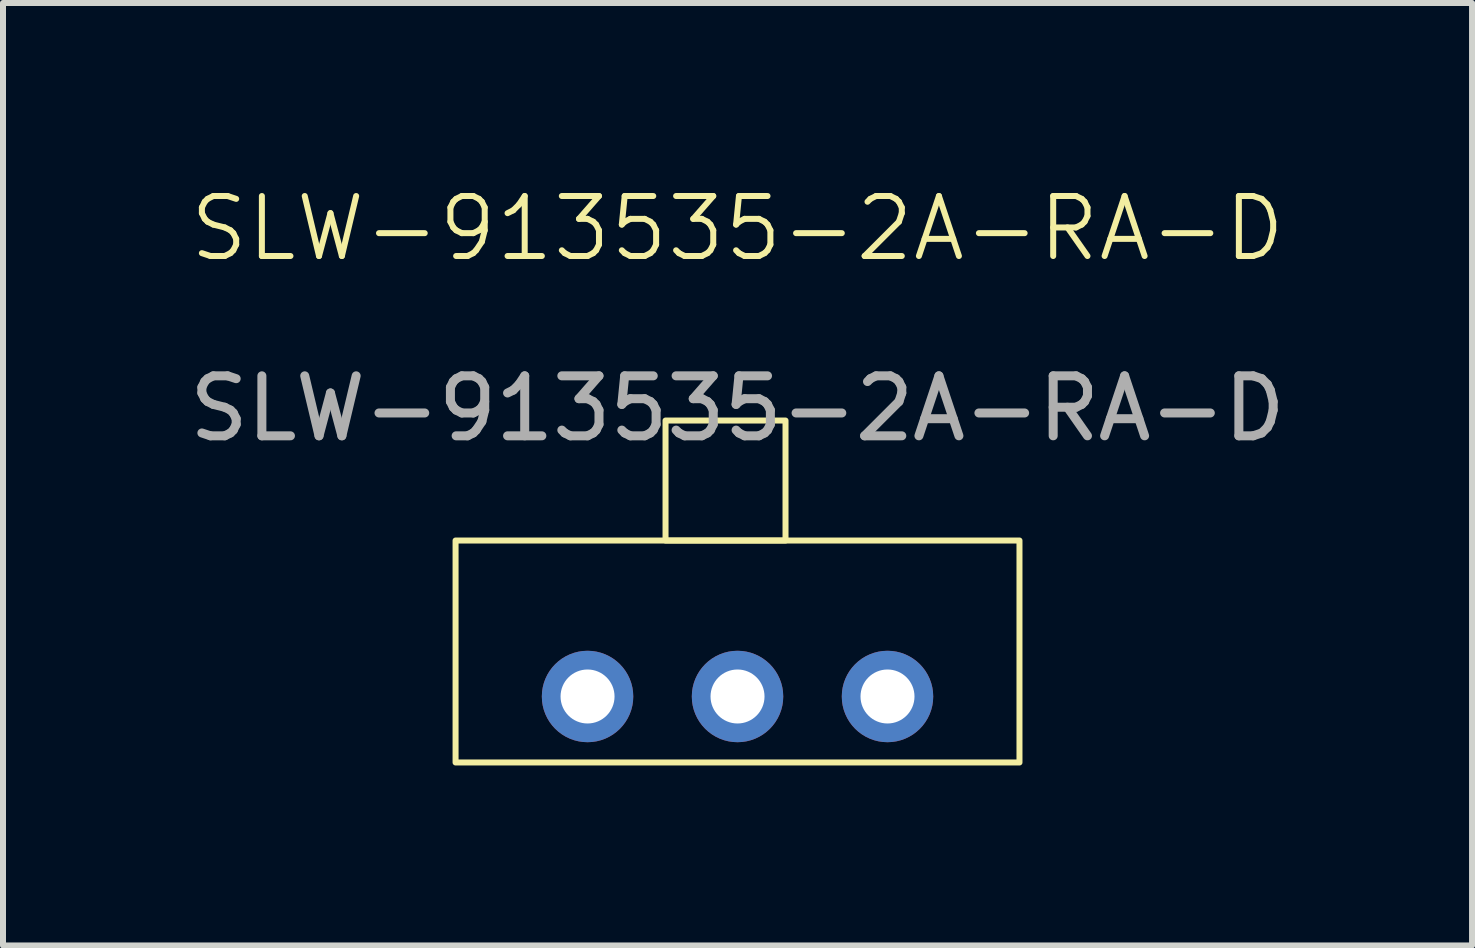
<source format=kicad_pcb>
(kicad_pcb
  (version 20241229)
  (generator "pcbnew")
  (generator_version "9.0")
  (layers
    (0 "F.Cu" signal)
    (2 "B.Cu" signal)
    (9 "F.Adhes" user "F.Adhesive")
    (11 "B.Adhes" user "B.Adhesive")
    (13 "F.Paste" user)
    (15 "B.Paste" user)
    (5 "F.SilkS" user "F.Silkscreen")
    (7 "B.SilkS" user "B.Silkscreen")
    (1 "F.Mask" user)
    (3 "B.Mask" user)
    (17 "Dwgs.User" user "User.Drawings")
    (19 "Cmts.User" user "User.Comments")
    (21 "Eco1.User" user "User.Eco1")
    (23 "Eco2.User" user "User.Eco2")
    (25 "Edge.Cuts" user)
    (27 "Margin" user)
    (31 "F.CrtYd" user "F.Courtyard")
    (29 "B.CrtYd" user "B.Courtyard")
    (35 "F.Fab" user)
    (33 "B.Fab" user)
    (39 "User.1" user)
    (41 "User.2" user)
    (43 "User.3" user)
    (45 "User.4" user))
  (footprint "SLW-913535-2A-RA-D"
    (layer "F.Cu")
    (at 9.244 8.56)
    (property "Reference" "SLW-913535-2A-RA-D" (at 0 -7.8 0) (unlocked yes) (layer "F.SilkS") (effects (font (size 1 1) (thickness 0.1))))
    (attr through_hole)
    (fp_rect (start -4.7 -2.6) (end 4.7 1.1) (stroke (width 0.1) (type default)) (fill no) (layer "F.SilkS"))
    (fp_rect (start -1.2 -4.6) (end 0.8 -2.6) (stroke (width 0.1) (type default)) (fill no) (layer "F.SilkS"))
    (fp_text user "${REFERENCE}" (at 0 -4.8 0) (unlocked yes) (layer "F.Fab") (effects (font (size 1 1) (thickness 0.15))))
    (pad "1" thru_hole circle (at -2.5 0) (size 1.524 1.524) (drill 0.9) (layers "*.Cu" "*.Mask"))
    (pad "2" thru_hole circle (at 0 0) (size 1.524 1.524) (drill 0.9) (layers "*.Cu" "*.Mask"))
    (pad "3" thru_hole circle (at 2.5 0) (size 1.524 1.524) (drill 0.9) (layers "*.Cu" "*.Mask")))
  (gr_rect
    (start -3 -3)
    (end 21.488 12.71)
    (stroke (width 0.1) (type default))
    (fill no)
    (layer "Edge.Cuts")))
</source>
